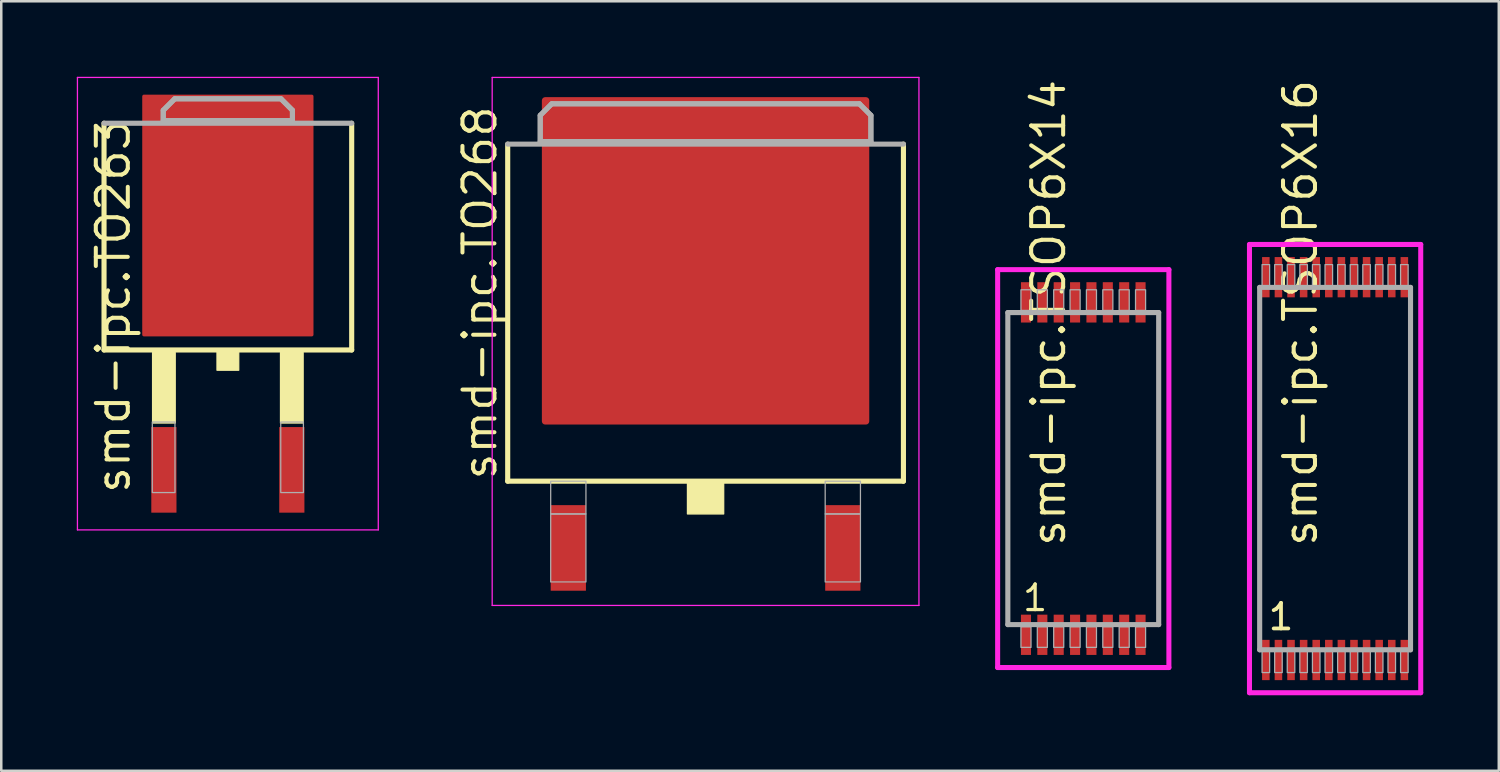
<source format=kicad_pcb>
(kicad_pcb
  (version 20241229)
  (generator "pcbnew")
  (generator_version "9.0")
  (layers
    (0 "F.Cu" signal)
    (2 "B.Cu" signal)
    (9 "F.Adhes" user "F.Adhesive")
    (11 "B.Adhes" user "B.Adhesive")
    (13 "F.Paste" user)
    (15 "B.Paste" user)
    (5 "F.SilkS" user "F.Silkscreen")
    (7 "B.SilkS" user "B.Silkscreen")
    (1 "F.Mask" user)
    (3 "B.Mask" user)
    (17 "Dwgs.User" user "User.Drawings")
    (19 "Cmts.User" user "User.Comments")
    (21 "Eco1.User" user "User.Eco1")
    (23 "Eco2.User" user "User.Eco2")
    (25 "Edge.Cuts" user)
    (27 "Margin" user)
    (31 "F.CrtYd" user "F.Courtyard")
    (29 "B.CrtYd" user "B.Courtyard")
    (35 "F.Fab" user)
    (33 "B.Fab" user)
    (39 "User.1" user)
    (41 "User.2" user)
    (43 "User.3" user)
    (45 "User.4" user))
  (footprint "smd-ipc.TSOP6X14"
    (layer "F.Cu")
    (at 39.965 15.557)
    (property "Reference" "smd-ipc.TSOP6X14" (at -0.635 3.175 90) (layer "F.SilkS") (effects (font (size 1.27 1.27) (thickness 0.16)) (justify left bottom)))
    (attr smd)
    (fp_line (start -3.4 -7.9) (end 3.4 -7.9) (stroke (width 0.2) (type default)) (layer "F.CrtYd"))
    (fp_line (start -3.4 7.9) (end -3.4 -7.9) (stroke (width 0.2) (type default)) (layer "F.CrtYd"))
    (fp_line (start 3.4 -7.9) (end 3.4 7.9) (stroke (width 0.2) (type default)) (layer "F.CrtYd"))
    (fp_line (start 3.4 7.9) (end -3.4 7.9) (stroke (width 0.2) (type default)) (layer "F.CrtYd"))
    (fp_line (start -2.995 -6.195) (end 2.995 -6.195) (stroke (width 0.203) (type default)) (layer "F.Fab"))
    (fp_line (start -2.995 6.195) (end -2.995 -6.195) (stroke (width 0.203) (type default)) (layer "F.Fab"))
    (fp_line (start 2.995 -6.195) (end 2.995 6.195) (stroke (width 0.203) (type default)) (layer "F.Fab"))
    (fp_line (start 2.995 6.195) (end -2.995 6.195) (stroke (width 0.203) (type default)) (layer "F.Fab"))
    (fp_rect (start -2.475 -6.28) (end -2.075 -7.1) (stroke (width 0.05) (type default)) (fill no) (layer "F.Fab"))
    (fp_rect (start -2.475 7.1) (end -2.075 6.28) (stroke (width 0.05) (type default)) (fill no) (layer "F.Fab"))
    (fp_rect (start -1.825 -6.28) (end -1.425 -7.1) (stroke (width 0.05) (type default)) (fill no) (layer "F.Fab"))
    (fp_rect (start -1.825 7.1) (end -1.425 6.28) (stroke (width 0.05) (type default)) (fill no) (layer "F.Fab"))
    (fp_rect (start -1.175 -6.28) (end -0.775 -7.1) (stroke (width 0.05) (type default)) (fill no) (layer "F.Fab"))
    (fp_rect (start -1.175 7.1) (end -0.775 6.28) (stroke (width 0.05) (type default)) (fill no) (layer "F.Fab"))
    (fp_rect (start -0.525 -6.28) (end -0.125 -7.1) (stroke (width 0.05) (type default)) (fill no) (layer "F.Fab"))
    (fp_rect (start -0.525 7.1) (end -0.125 6.28) (stroke (width 0.05) (type default)) (fill no) (layer "F.Fab"))
    (fp_rect (start 0.125 -6.28) (end 0.525 -7.1) (stroke (width 0.05) (type default)) (fill no) (layer "F.Fab"))
    (fp_rect (start 0.125 7.1) (end 0.525 6.28) (stroke (width 0.05) (type default)) (fill no) (layer "F.Fab"))
    (fp_rect (start 0.775 -6.28) (end 1.175 -7.1) (stroke (width 0.05) (type default)) (fill no) (layer "F.Fab"))
    (fp_rect (start 0.775 7.1) (end 1.175 6.28) (stroke (width 0.05) (type default)) (fill no) (layer "F.Fab"))
    (fp_rect (start 1.425 -6.28) (end 1.825 -7.1) (stroke (width 0.05) (type default)) (fill no) (layer "F.Fab"))
    (fp_rect (start 1.425 7.1) (end 1.825 6.28) (stroke (width 0.05) (type default)) (fill no) (layer "F.Fab"))
    (fp_rect (start 2.075 -6.28) (end 2.475 -7.1) (stroke (width 0.05) (type default)) (fill no) (layer "F.Fab"))
    (fp_rect (start 2.075 7.1) (end 2.475 6.28) (stroke (width 0.05) (type default)) (fill no) (layer "F.Fab"))
    (fp_text user "1" (at -2.481 5.73 0) (layer "F.SilkS") (effects (font (size 1.016 1.016) (thickness 0.13)) (justify left bottom)))
    (pad "1" smd roundrect (at -2.275 6.6) (size 0.4 1.6) (layers "F.Cu" "F.Mask" "F.Paste") (roundrect_rratio 0.01))
    (pad "2" smd roundrect (at -1.625 6.6) (size 0.4 1.6) (layers "F.Cu" "F.Mask" "F.Paste") (roundrect_rratio 0.01))
    (pad "3" smd roundrect (at -0.975 6.6) (size 0.4 1.6) (layers "F.Cu" "F.Mask" "F.Paste") (roundrect_rratio 0.01))
    (pad "4" smd roundrect (at -0.325 6.6) (size 0.4 1.6) (layers "F.Cu" "F.Mask" "F.Paste") (roundrect_rratio 0.01))
    (pad "5" smd roundrect (at 0.325 6.6) (size 0.4 1.6) (layers "F.Cu" "F.Mask" "F.Paste") (roundrect_rratio 0.01))
    (pad "6" smd roundrect (at 0.975 6.6) (size 0.4 1.6) (layers "F.Cu" "F.Mask" "F.Paste") (roundrect_rratio 0.01))
    (pad "7" smd roundrect (at 1.625 6.6) (size 0.4 1.6) (layers "F.Cu" "F.Mask" "F.Paste") (roundrect_rratio 0.01))
    (pad "8" smd roundrect (at 2.275 6.6) (size 0.4 1.6) (layers "F.Cu" "F.Mask" "F.Paste") (roundrect_rratio 0.01))
    (pad "9" smd roundrect (at 2.275 -6.6) (size 0.4 1.6) (layers "F.Cu" "F.Mask" "F.Paste") (roundrect_rratio 0.01))
    (pad "10" smd roundrect (at 1.625 -6.6) (size 0.4 1.6) (layers "F.Cu" "F.Mask" "F.Paste") (roundrect_rratio 0.01))
    (pad "11" smd roundrect (at 0.975 -6.6) (size 0.4 1.6) (layers "F.Cu" "F.Mask" "F.Paste") (roundrect_rratio 0.01))
    (pad "12" smd roundrect (at 0.325 -6.6) (size 0.4 1.6) (layers "F.Cu" "F.Mask" "F.Paste") (roundrect_rratio 0.01))
    (pad "13" smd roundrect (at -0.325 -6.6) (size 0.4 1.6) (layers "F.Cu" "F.Mask" "F.Paste") (roundrect_rratio 0.01))
    (pad "14" smd roundrect (at -0.975 -6.6) (size 0.4 1.6) (layers "F.Cu" "F.Mask" "F.Paste") (roundrect_rratio 0.01))
    (pad "15" smd roundrect (at -1.625 -6.6) (size 0.4 1.6) (layers "F.Cu" "F.Mask" "F.Paste") (roundrect_rratio 0.01))
    (pad "16" smd roundrect (at -2.275 -6.6) (size 0.4 1.6) (layers "F.Cu" "F.Mask" "F.Paste") (roundrect_rratio 0.01)))
  (footprint "smd-ipc.TSOP6X16"
    (layer "F.Cu")
    (at 49.965 15.557)
    (property "Reference" "smd-ipc.TSOP6X16" (at -0.635 3.175 90) (layer "F.SilkS") (effects (font (size 1.27 1.27) (thickness 0.16)) (justify left bottom)))
    (attr smd)
    (fp_line (start -3.4 -8.9) (end 3.4 -8.9) (stroke (width 0.2) (type default)) (layer "F.CrtYd"))
    (fp_line (start -3.4 8.9) (end -3.4 -8.9) (stroke (width 0.2) (type default)) (layer "F.CrtYd"))
    (fp_line (start 3.4 -8.9) (end 3.4 8.9) (stroke (width 0.2) (type default)) (layer "F.CrtYd"))
    (fp_line (start 3.4 8.9) (end -3.4 8.9) (stroke (width 0.2) (type default)) (layer "F.CrtYd"))
    (fp_line (start -2.995 -7.195) (end 2.995 -7.195) (stroke (width 0.203) (type default)) (layer "F.Fab"))
    (fp_line (start -2.995 7.195) (end -2.995 -7.195) (stroke (width 0.203) (type default)) (layer "F.Fab"))
    (fp_line (start 2.995 -7.195) (end 2.995 7.195) (stroke (width 0.203) (type default)) (layer "F.Fab"))
    (fp_line (start 2.995 7.195) (end -2.995 7.195) (stroke (width 0.203) (type default)) (layer "F.Fab"))
    (fp_rect (start -2.9 -7.25) (end -2.6 -8.1) (stroke (width 0.05) (type default)) (fill no) (layer "F.Fab"))
    (fp_rect (start -2.9 8.1) (end -2.6 7.25) (stroke (width 0.05) (type default)) (fill no) (layer "F.Fab"))
    (fp_rect (start -2.4 -7.25) (end -2.1 -8.1) (stroke (width 0.05) (type default)) (fill no) (layer "F.Fab"))
    (fp_rect (start -2.4 8.1) (end -2.1 7.25) (stroke (width 0.05) (type default)) (fill no) (layer "F.Fab"))
    (fp_rect (start -1.9 -7.25) (end -1.6 -8.1) (stroke (width 0.05) (type default)) (fill no) (layer "F.Fab"))
    (fp_rect (start -1.9 8.1) (end -1.6 7.25) (stroke (width 0.05) (type default)) (fill no) (layer "F.Fab"))
    (fp_rect (start -1.4 -7.25) (end -1.1 -8.1) (stroke (width 0.05) (type default)) (fill no) (layer "F.Fab"))
    (fp_rect (start -1.4 8.1) (end -1.1 7.25) (stroke (width 0.05) (type default)) (fill no) (layer "F.Fab"))
    (fp_rect (start -0.9 -7.25) (end -0.6 -8.1) (stroke (width 0.05) (type default)) (fill no) (layer "F.Fab"))
    (fp_rect (start -0.9 8.1) (end -0.6 7.25) (stroke (width 0.05) (type default)) (fill no) (layer "F.Fab"))
    (fp_rect (start -0.4 -7.25) (end -0.1 -8.1) (stroke (width 0.05) (type default)) (fill no) (layer "F.Fab"))
    (fp_rect (start -0.4 8.1) (end -0.1 7.25) (stroke (width 0.05) (type default)) (fill no) (layer "F.Fab"))
    (fp_rect (start 0.1 -7.25) (end 0.4 -8.1) (stroke (width 0.05) (type default)) (fill no) (layer "F.Fab"))
    (fp_rect (start 0.1 8.1) (end 0.4 7.25) (stroke (width 0.05) (type default)) (fill no) (layer "F.Fab"))
    (fp_rect (start 0.6 -7.25) (end 0.9 -8.1) (stroke (width 0.05) (type default)) (fill no) (layer "F.Fab"))
    (fp_rect (start 0.6 8.1) (end 0.9 7.25) (stroke (width 0.05) (type default)) (fill no) (layer "F.Fab"))
    (fp_rect (start 1.1 -7.25) (end 1.4 -8.1) (stroke (width 0.05) (type default)) (fill no) (layer "F.Fab"))
    (fp_rect (start 1.1 8.1) (end 1.4 7.25) (stroke (width 0.05) (type default)) (fill no) (layer "F.Fab"))
    (fp_rect (start 1.6 -7.25) (end 1.9 -8.1) (stroke (width 0.05) (type default)) (fill no) (layer "F.Fab"))
    (fp_rect (start 1.6 8.1) (end 1.9 7.25) (stroke (width 0.05) (type default)) (fill no) (layer "F.Fab"))
    (fp_rect (start 2.1 -7.25) (end 2.4 -8.1) (stroke (width 0.05) (type default)) (fill no) (layer "F.Fab"))
    (fp_rect (start 2.1 8.1) (end 2.4 7.25) (stroke (width 0.05) (type default)) (fill no) (layer "F.Fab"))
    (fp_rect (start 2.6 -7.25) (end 2.9 -8.1) (stroke (width 0.05) (type default)) (fill no) (layer "F.Fab"))
    (fp_rect (start 2.6 8.1) (end 2.9 7.25) (stroke (width 0.05) (type default)) (fill no) (layer "F.Fab"))
    (fp_text user "1" (at -2.731 6.48 0) (layer "F.SilkS") (effects (font (size 1.016 1.016) (thickness 0.15)) (justify left bottom)))
    (pad "1" smd roundrect (at -2.75 7.6) (size 0.3 1.6) (layers "F.Cu" "F.Mask" "F.Paste") (roundrect_rratio 0.01))
    (pad "2" smd roundrect (at -2.25 7.6) (size 0.3 1.6) (layers "F.Cu" "F.Mask" "F.Paste") (roundrect_rratio 0.01))
    (pad "3" smd roundrect (at -1.75 7.6) (size 0.3 1.6) (layers "F.Cu" "F.Mask" "F.Paste") (roundrect_rratio 0.01))
    (pad "4" smd roundrect (at -1.25 7.6) (size 0.3 1.6) (layers "F.Cu" "F.Mask" "F.Paste") (roundrect_rratio 0.01))
    (pad "5" smd roundrect (at -0.75 7.6) (size 0.3 1.6) (layers "F.Cu" "F.Mask" "F.Paste") (roundrect_rratio 0.01))
    (pad "6" smd roundrect (at -0.25 7.6) (size 0.3 1.6) (layers "F.Cu" "F.Mask" "F.Paste") (roundrect_rratio 0.01))
    (pad "7" smd roundrect (at 0.25 7.6) (size 0.3 1.6) (layers "F.Cu" "F.Mask" "F.Paste") (roundrect_rratio 0.01))
    (pad "8" smd roundrect (at 0.75 7.6) (size 0.3 1.6) (layers "F.Cu" "F.Mask" "F.Paste") (roundrect_rratio 0.01))
    (pad "9" smd roundrect (at 1.25 7.6) (size 0.3 1.6) (layers "F.Cu" "F.Mask" "F.Paste") (roundrect_rratio 0.01))
    (pad "10" smd roundrect (at 1.75 7.6) (size 0.3 1.6) (layers "F.Cu" "F.Mask" "F.Paste") (roundrect_rratio 0.01))
    (pad "11" smd roundrect (at 2.25 7.6) (size 0.3 1.6) (layers "F.Cu" "F.Mask" "F.Paste") (roundrect_rratio 0.01))
    (pad "12" smd roundrect (at 2.75 7.6) (size 0.3 1.6) (layers "F.Cu" "F.Mask" "F.Paste") (roundrect_rratio 0.01))
    (pad "13" smd roundrect (at 2.75 -7.6) (size 0.3 1.6) (layers "F.Cu" "F.Mask" "F.Paste") (roundrect_rratio 0.01))
    (pad "14" smd roundrect (at 2.25 -7.6) (size 0.3 1.6) (layers "F.Cu" "F.Mask" "F.Paste") (roundrect_rratio 0.01))
    (pad "15" smd roundrect (at 1.75 -7.6) (size 0.3 1.6) (layers "F.Cu" "F.Mask" "F.Paste") (roundrect_rratio 0.01))
    (pad "16" smd roundrect (at 1.25 -7.6) (size 0.3 1.6) (layers "F.Cu" "F.Mask" "F.Paste") (roundrect_rratio 0.01))
    (pad "17" smd roundrect (at 0.75 -7.6) (size 0.3 1.6) (layers "F.Cu" "F.Mask" "F.Paste") (roundrect_rratio 0.01))
    (pad "18" smd roundrect (at 0.25 -7.6) (size 0.3 1.6) (layers "F.Cu" "F.Mask" "F.Paste") (roundrect_rratio 0.01))
    (pad "19" smd roundrect (at -0.25 -7.6) (size 0.3 1.6) (layers "F.Cu" "F.Mask" "F.Paste") (roundrect_rratio 0.01))
    (pad "20" smd roundrect (at -0.75 -7.6) (size 0.3 1.6) (layers "F.Cu" "F.Mask" "F.Paste") (roundrect_rratio 0.01))
    (pad "21" smd roundrect (at -1.25 -7.6) (size 0.3 1.6) (layers "F.Cu" "F.Mask" "F.Paste") (roundrect_rratio 0.01))
    (pad "22" smd roundrect (at -1.75 -7.6) (size 0.3 1.6) (layers "F.Cu" "F.Mask" "F.Paste") (roundrect_rratio 0.01))
    (pad "23" smd roundrect (at -2.25 -7.6) (size 0.3 1.6) (layers "F.Cu" "F.Mask" "F.Paste") (roundrect_rratio 0.01))
    (pad "24" smd roundrect (at -2.75 -7.6) (size 0.3 1.6) (layers "F.Cu" "F.Mask" "F.Paste") (roundrect_rratio 0.01)))
  (footprint "smd-ipc.TO268"
    (layer "F.Cu")
    (at 24.967 10.508)
    (property "Reference" "smd-ipc.TO268" (at -8.22 5.585 90) (layer "F.SilkS") (effects (font (size 1.27 1.27) (thickness 0.16)) (justify left bottom)))
    (attr smd)
    (fp_rect (start -7 3.7) (end 7 -10.1) (stroke (width 0.05) (type default)) (fill yes) (layer "F.Mask"))
    (fp_line (start -7.857 5.549) (end -7.857 -7.835) (stroke (width 0.203) (type default)) (layer "F.SilkS"))
    (fp_line (start 7.857 -7.835) (end 7.857 5.549) (stroke (width 0.203) (type default)) (layer "F.SilkS"))
    (fp_line (start 7.857 5.549) (end -7.857 5.549) (stroke (width 0.203) (type default)) (layer "F.SilkS"))
    (fp_rect (start -0.72 6.85) (end 0.72 5.55) (stroke (width 0.05) (type default)) (fill yes) (layer "F.SilkS"))
    (fp_line (start -8.473 -10.483) (end 8.473 -10.483) (stroke (width 0.051) (type default)) (layer "F.CrtYd"))
    (fp_line (start -8.473 10.483) (end -8.473 -10.483) (stroke (width 0.051) (type default)) (layer "F.CrtYd"))
    (fp_line (start 8.473 -10.483) (end 8.473 10.483) (stroke (width 0.051) (type default)) (layer "F.CrtYd"))
    (fp_line (start 8.473 10.483) (end -8.473 10.483) (stroke (width 0.051) (type default)) (layer "F.CrtYd"))
    (fp_line (start -7.858 -7.835) (end 7.858 -7.835) (stroke (width 0.203) (type default)) (layer "F.Fab"))
    (fp_line (start -6.565 -8.978) (end -6.108 -9.436) (stroke (width 0.203) (type default)) (layer "F.Fab"))
    (fp_line (start -6.565 -7.937) (end -6.565 -8.978) (stroke (width 0.203) (type default)) (layer "F.Fab"))
    (fp_line (start -6.108 -9.436) (end 6.108 -9.436) (stroke (width 0.203) (type default)) (layer "F.Fab"))
    (fp_line (start 6.108 -9.436) (end 6.565 -8.978) (stroke (width 0.203) (type default)) (layer "F.Fab"))
    (fp_line (start 6.565 -8.978) (end 6.565 -7.937) (stroke (width 0.203) (type default)) (layer "F.Fab"))
    (fp_line (start 6.565 -7.937) (end -6.565 -7.937) (stroke (width 0.203) (type default)) (layer "F.Fab"))
    (fp_rect (start -6.15 6.85) (end -4.75 5.55) (stroke (width 0.05) (type default)) (fill no) (layer "F.Fab"))
    (fp_rect (start -6.15 9.55) (end -4.75 6.85) (stroke (width 0.05) (type default)) (fill no) (layer "F.Fab"))
    (fp_rect (start 4.75 6.85) (end 6.15 5.55) (stroke (width 0.05) (type default)) (fill no) (layer "F.Fab"))
    (fp_rect (start 4.75 9.55) (end 6.15 6.85) (stroke (width 0.05) (type default)) (fill no) (layer "F.Fab"))
    (fp_poly (pts (xy -6.565 -7.937) (xy -6.565 -8.978) (xy -6.108 -9.436) (xy 6.108 -9.436) (xy 6.565 -8.978) (xy 6.565 -7.937)) (stroke (width 0.2) (type default)) (fill no) (layer "F.Fab"))
    (pad "1" smd roundrect (at -5.45 8.2) (size 1.4 3.4) (layers "F.Cu" "F.Mask" "F.Paste") (roundrect_rratio 0.01))
    (pad "2" smd roundrect (at 5.45 8.2) (size 1.4 3.4) (layers "F.Cu" "F.Mask" "F.Paste") (roundrect_rratio 0.01))
    (pad "3" smd roundrect (at 0 -3.2) (size 13 13) (layers "F.Cu" "F.Mask" "F.Paste") (roundrect_rratio 0.01)))
  (footprint "smd-ipc.TO263"
    (layer "F.Cu")
    (at 5.998 9.008)
    (property "Reference" "smd-ipc.TO263" (at -3.81 7.62 90) (layer "F.SilkS") (effects (font (size 1.27 1.27) (thickness 0.16)) (justify left bottom)))
    (attr smd)
    (fp_line (start -4.917 1.839) (end -4.917 -7.165) (stroke (width 0.203) (type default)) (layer "F.SilkS"))
    (fp_line (start 4.917 -7.165) (end 4.917 1.839) (stroke (width 0.203) (type default)) (layer "F.SilkS"))
    (fp_line (start 4.917 1.839) (end -4.917 1.839) (stroke (width 0.203) (type default)) (layer "F.SilkS"))
    (fp_rect (start -2.99 4.74) (end -2.09 1.94) (stroke (width 0.05) (type default)) (fill yes) (layer "F.SilkS"))
    (fp_rect (start -0.432 2.643) (end 0.432 1.881) (stroke (width 0.05) (type default)) (fill yes) (layer "F.SilkS"))
    (fp_rect (start 2.09 4.74) (end 2.99 1.94) (stroke (width 0.05) (type default)) (fill yes) (layer "F.SilkS"))
    (fp_line (start -5.973 -8.983) (end 5.973 -8.983) (stroke (width 0.051) (type default)) (layer "F.CrtYd"))
    (fp_line (start -5.973 8.983) (end -5.973 -8.983) (stroke (width 0.051) (type default)) (layer "F.CrtYd"))
    (fp_line (start 5.973 -8.983) (end 5.973 8.983) (stroke (width 0.051) (type default)) (layer "F.CrtYd"))
    (fp_line (start 5.973 8.983) (end -5.973 8.983) (stroke (width 0.051) (type default)) (layer "F.CrtYd"))
    (fp_line (start -4.917 -7.165) (end 4.917 -7.165) (stroke (width 0.203) (type default)) (layer "F.Fab"))
    (fp_line (start -2.565 -7.678) (end -2.108 -8.135) (stroke (width 0.203) (type default)) (layer "F.Fab"))
    (fp_line (start -2.565 -7.267) (end -2.565 -7.678) (stroke (width 0.203) (type default)) (layer "F.Fab"))
    (fp_line (start -2.108 -8.135) (end 2.108 -8.135) (stroke (width 0.203) (type default)) (layer "F.Fab"))
    (fp_line (start 2.108 -8.135) (end 2.565 -7.678) (stroke (width 0.203) (type default)) (layer "F.Fab"))
    (fp_line (start 2.565 -7.678) (end 2.565 -7.267) (stroke (width 0.203) (type default)) (layer "F.Fab"))
    (fp_line (start 2.565 -7.267) (end -2.565 -7.267) (stroke (width 0.203) (type default)) (layer "F.Fab"))
    (fp_rect (start -3 7.5) (end -2.1 4.7) (stroke (width 0.05) (type default)) (fill no) (layer "F.Fab"))
    (fp_rect (start 2.1 7.5) (end 3 4.7) (stroke (width 0.05) (type default)) (fill no) (layer "F.Fab"))
    (fp_poly (pts (xy -2.565 -7.267) (xy -2.565 -7.678) (xy -2.108 -8.135) (xy 2.108 -8.135) (xy 2.565 -7.678) (xy 2.565 -7.267)) (stroke (width 0.203) (type default)) (fill no) (layer "F.Fab"))
    (pad "1" smd roundrect (at -2.54 6.6) (size 1 3.4) (layers "F.Cu" "F.Mask" "F.Paste") (roundrect_rratio 0.01))
    (pad "2" smd roundrect (at 2.54 6.6) (size 1 3.4) (layers "F.Cu" "F.Mask" "F.Paste") (roundrect_rratio 0.01))
    (pad "3" smd roundrect (at 0 -3.5) (size 6.8 9.6) (layers "F.Cu" "F.Mask" "F.Paste") (roundrect_rratio 0.01)))
  (gr_rect
    (start -3 -3)
    (end 56.465 27.557)
    (stroke (width 0.1) (type default))
    (fill no)
    (layer "Edge.Cuts")))
</source>
